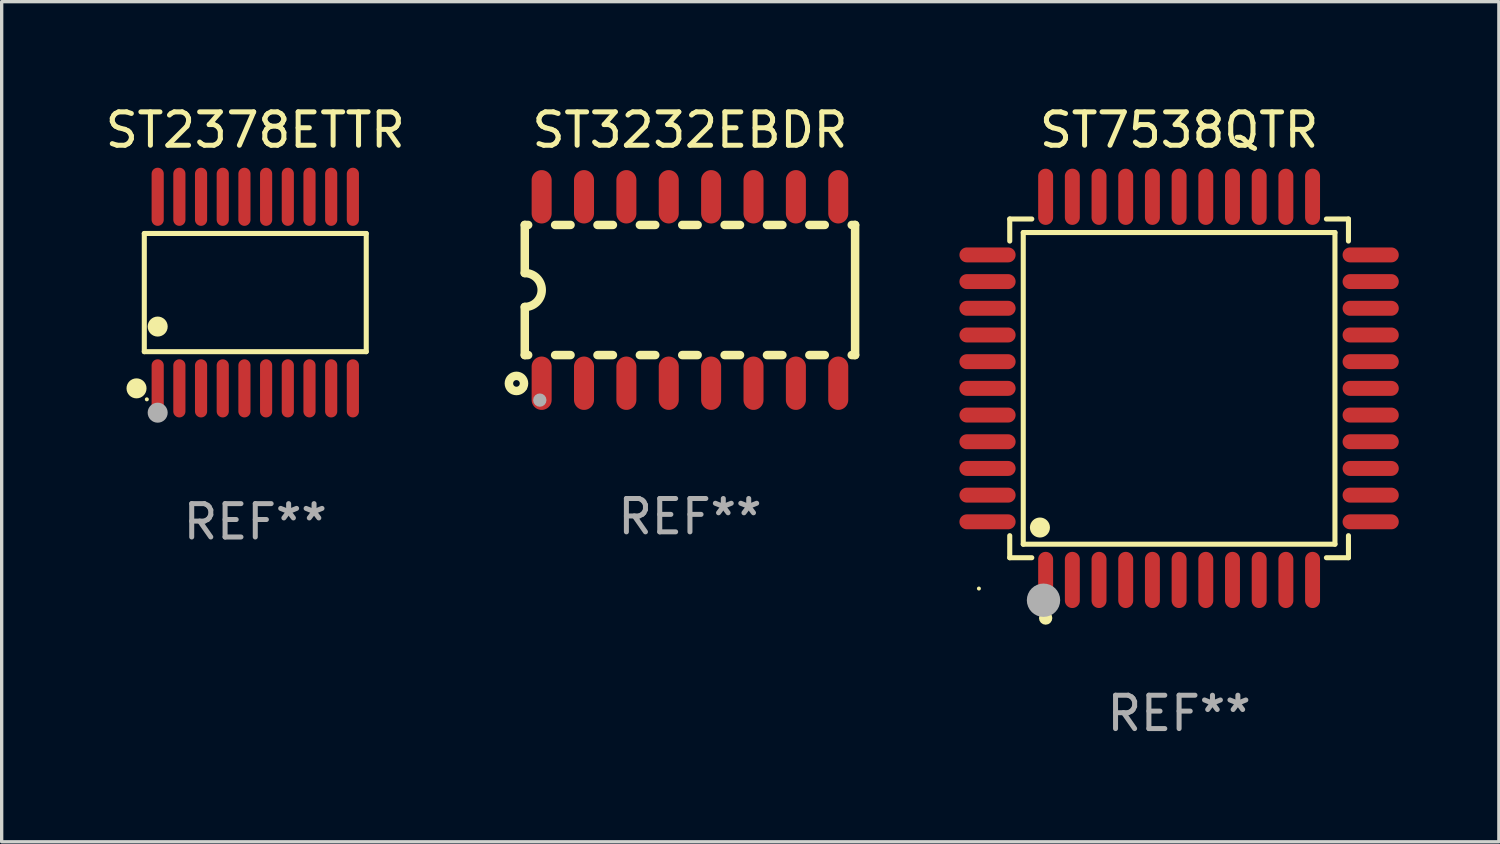
<source format=kicad_pcb>
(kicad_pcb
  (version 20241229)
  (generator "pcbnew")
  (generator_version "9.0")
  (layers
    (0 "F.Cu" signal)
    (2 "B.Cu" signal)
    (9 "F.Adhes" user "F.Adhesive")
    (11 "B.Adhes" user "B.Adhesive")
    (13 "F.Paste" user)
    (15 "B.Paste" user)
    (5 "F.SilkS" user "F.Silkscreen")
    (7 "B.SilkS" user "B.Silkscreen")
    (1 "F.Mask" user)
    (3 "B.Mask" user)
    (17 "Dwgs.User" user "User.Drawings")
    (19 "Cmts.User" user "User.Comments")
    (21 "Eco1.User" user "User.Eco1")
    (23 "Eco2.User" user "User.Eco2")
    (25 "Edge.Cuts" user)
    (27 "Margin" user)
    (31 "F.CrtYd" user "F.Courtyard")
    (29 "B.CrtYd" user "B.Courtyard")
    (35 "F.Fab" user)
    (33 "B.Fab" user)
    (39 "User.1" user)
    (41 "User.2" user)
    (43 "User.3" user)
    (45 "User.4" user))
  (footprint "ST2378ETTR"
    (layer "F.Cu")
    (at 4.601 5.719)
    (property "Reference" "ST2378ETTR" (at 0 -4.871 0) (layer "F.SilkS") (effects (font (size 1 1) (thickness 0.15))))
    (attr through_hole)
    (fp_line (start -3.326 -1.771) (end 3.326 -1.771) (stroke (width 0.152) (type solid)) (layer "F.SilkS"))
    (fp_line (start -3.326 1.771) (end -3.326 -1.771) (stroke (width 0.152) (type solid)) (layer "F.SilkS"))
    (fp_line (start 3.326 -1.771) (end 3.326 1.771) (stroke (width 0.152) (type solid)) (layer "F.SilkS"))
    (fp_line (start 3.326 1.771) (end -3.326 1.771) (stroke (width 0.152) (type solid)) (layer "F.SilkS"))
    (fp_circle (center -3.559 2.871) (end -3.409 2.871) (stroke (width 0.3) (type solid)) (fill no) (layer "F.SilkS"))
    (fp_circle (center -3.25 3.2) (end -3.22 3.2) (stroke (width 0.06) (type solid)) (fill no) (layer "F.SilkS"))
    (fp_circle (center -2.925 1.019) (end -2.775 1.019) (stroke (width 0.3) (type solid)) (fill no) (layer "F.SilkS"))
    (fp_circle (center -2.925 3.6) (end -2.775 3.6) (stroke (width 0.3) (type solid)) (fill no) (layer "F.Fab"))
    (fp_text user "REF**" (at 0 6.871 0) (layer "F.Fab") (effects (font (size 1 1) (thickness 0.15))))
    (pad "1" smd oval (at -2.925 2.871) (size 0.364 1.742) (layers "F.Cu" "F.Mask" "F.Paste"))
    (pad "2" smd oval (at -2.275 2.871) (size 0.364 1.742) (layers "F.Cu" "F.Mask" "F.Paste"))
    (pad "3" smd oval (at -1.625 2.871) (size 0.364 1.742) (layers "F.Cu" "F.Mask" "F.Paste"))
    (pad "4" smd oval (at -0.975 2.871) (size 0.364 1.742) (layers "F.Cu" "F.Mask" "F.Paste"))
    (pad "5" smd oval (at -0.325 2.871) (size 0.364 1.742) (layers "F.Cu" "F.Mask" "F.Paste"))
    (pad "6" smd oval (at 0.325 2.871) (size 0.364 1.742) (layers "F.Cu" "F.Mask" "F.Paste"))
    (pad "7" smd oval (at 0.975 2.871) (size 0.364 1.742) (layers "F.Cu" "F.Mask" "F.Paste"))
    (pad "8" smd oval (at 1.625 2.871) (size 0.364 1.742) (layers "F.Cu" "F.Mask" "F.Paste"))
    (pad "9" smd oval (at 2.275 2.871) (size 0.364 1.742) (layers "F.Cu" "F.Mask" "F.Paste"))
    (pad "10" smd oval (at 2.925 2.871) (size 0.364 1.742) (layers "F.Cu" "F.Mask" "F.Paste"))
    (pad "11" smd oval (at 2.925 -2.871) (size 0.364 1.742) (layers "F.Cu" "F.Mask" "F.Paste"))
    (pad "12" smd oval (at 2.275 -2.871) (size 0.364 1.742) (layers "F.Cu" "F.Mask" "F.Paste"))
    (pad "13" smd oval (at 1.625 -2.871) (size 0.364 1.742) (layers "F.Cu" "F.Mask" "F.Paste"))
    (pad "14" smd oval (at 0.975 -2.871) (size 0.364 1.742) (layers "F.Cu" "F.Mask" "F.Paste"))
    (pad "15" smd oval (at 0.325 -2.871) (size 0.364 1.742) (layers "F.Cu" "F.Mask" "F.Paste"))
    (pad "16" smd oval (at -0.325 -2.871) (size 0.364 1.742) (layers "F.Cu" "F.Mask" "F.Paste"))
    (pad "17" smd oval (at -0.975 -2.871) (size 0.364 1.742) (layers "F.Cu" "F.Mask" "F.Paste"))
    (pad "18" smd oval (at -1.625 -2.871) (size 0.364 1.742) (layers "F.Cu" "F.Mask" "F.Paste"))
    (pad "19" smd oval (at -2.275 -2.871) (size 0.364 1.742) (layers "F.Cu" "F.Mask" "F.Paste"))
    (pad "20" smd oval (at -2.925 -2.871) (size 0.364 1.742) (layers "F.Cu" "F.Mask" "F.Paste")))
  (footprint "ST3232EBDR"
    (layer "F.Cu")
    (at 17.629 5.642)
    (property "Reference" "ST3232EBDR" (at 0 -4.794 0) (layer "F.SilkS") (effects (font (size 1 1) (thickness 0.15))))
    (attr through_hole)
    (fp_line (start -4.95 -1.95) (end -4.95 -0.508) (stroke (width 0.254) (type solid)) (layer "F.SilkS"))
    (fp_line (start -4.95 -1.95) (end -4.849 -1.95) (stroke (width 0.254) (type solid)) (layer "F.SilkS"))
    (fp_line (start -4.95 1.95) (end -4.95 0.508) (stroke (width 0.254) (type solid)) (layer "F.SilkS"))
    (fp_line (start -4.95 1.95) (end -4.849 1.95) (stroke (width 0.254) (type solid)) (layer "F.SilkS"))
    (fp_line (start -4.041 -1.95) (end -3.579 -1.95) (stroke (width 0.254) (type solid)) (layer "F.SilkS"))
    (fp_line (start -4.041 1.95) (end -3.579 1.95) (stroke (width 0.254) (type solid)) (layer "F.SilkS"))
    (fp_line (start -2.771 -1.95) (end -2.309 -1.95) (stroke (width 0.254) (type solid)) (layer "F.SilkS"))
    (fp_line (start -2.771 1.95) (end -2.309 1.95) (stroke (width 0.254) (type solid)) (layer "F.SilkS"))
    (fp_line (start -1.501 -1.95) (end -1.039 -1.95) (stroke (width 0.254) (type solid)) (layer "F.SilkS"))
    (fp_line (start -1.501 1.95) (end -1.039 1.95) (stroke (width 0.254) (type solid)) (layer "F.SilkS"))
    (fp_line (start -0.231 -1.95) (end 0.231 -1.95) (stroke (width 0.254) (type solid)) (layer "F.SilkS"))
    (fp_line (start -0.231 1.95) (end 0.231 1.95) (stroke (width 0.254) (type solid)) (layer "F.SilkS"))
    (fp_line (start 1.039 -1.95) (end 1.501 -1.95) (stroke (width 0.254) (type solid)) (layer "F.SilkS"))
    (fp_line (start 1.039 1.95) (end 1.501 1.95) (stroke (width 0.254) (type solid)) (layer "F.SilkS"))
    (fp_line (start 2.309 -1.95) (end 2.771 -1.95) (stroke (width 0.254) (type solid)) (layer "F.SilkS"))
    (fp_line (start 2.309 1.95) (end 2.771 1.95) (stroke (width 0.254) (type solid)) (layer "F.SilkS"))
    (fp_line (start 3.579 -1.95) (end 4.041 -1.95) (stroke (width 0.254) (type solid)) (layer "F.SilkS"))
    (fp_line (start 3.579 1.95) (end 4.041 1.95) (stroke (width 0.254) (type solid)) (layer "F.SilkS"))
    (fp_line (start 4.849 -1.95) (end 4.95 -1.95) (stroke (width 0.254) (type solid)) (layer "F.SilkS"))
    (fp_line (start 4.849 1.95) (end 4.95 1.95) (stroke (width 0.254) (type solid)) (layer "F.SilkS"))
    (fp_line (start 4.95 -1.95) (end 4.95 1.95) (stroke (width 0.254) (type solid)) (layer "F.SilkS"))
    (fp_arc (start -4.95047 -0.508001) (mid -4.442469 -0.000228) (end -4.950013 0.508001) (stroke (width 0.254001) (type solid)) (layer "F.SilkS"))
    (fp_circle (center -5.2 2.8) (end -5.1 2.8) (stroke (width 0.254) (type solid)) (fill no) (layer "F.SilkS"))
    (fp_circle (center -4.95 2.947) (end -4.92 2.947) (stroke (width 0.06) (type solid)) (fill no) (layer "F.SilkS"))
    (fp_circle (center -4.5 3.3) (end -4.4 3.3) (stroke (width 0.2) (type solid)) (fill no) (layer "F.Fab"))
    (fp_text user "REF**" (at 0 6.794 0) (layer "F.Fab") (effects (font (size 1 1) (thickness 0.15))))
    (pad "1" smd oval (at -4.445 2.794) (size 0.6 1.6) (layers "F.Cu" "F.Mask" "F.Paste"))
    (pad "2" smd oval (at -3.175 2.794) (size 0.6 1.6) (layers "F.Cu" "F.Mask" "F.Paste"))
    (pad "3" smd oval (at -1.905 2.794) (size 0.6 1.6) (layers "F.Cu" "F.Mask" "F.Paste"))
    (pad "4" smd oval (at -0.635 2.794) (size 0.6 1.6) (layers "F.Cu" "F.Mask" "F.Paste"))
    (pad "5" smd oval (at 0.635 2.794) (size 0.6 1.6) (layers "F.Cu" "F.Mask" "F.Paste"))
    (pad "6" smd oval (at 1.905 2.794) (size 0.6 1.6) (layers "F.Cu" "F.Mask" "F.Paste"))
    (pad "7" smd oval (at 3.175 2.794) (size 0.6 1.6) (layers "F.Cu" "F.Mask" "F.Paste"))
    (pad "8" smd oval (at 4.445 2.794) (size 0.6 1.6) (layers "F.Cu" "F.Mask" "F.Paste"))
    (pad "9" smd oval (at 4.445 -2.794) (size 0.6 1.6) (layers "F.Cu" "F.Mask" "F.Paste"))
    (pad "10" smd oval (at 3.175 -2.794) (size 0.6 1.6) (layers "F.Cu" "F.Mask" "F.Paste"))
    (pad "11" smd oval (at 1.905 -2.794) (size 0.6 1.6) (layers "F.Cu" "F.Mask" "F.Paste"))
    (pad "12" smd oval (at 0.635 -2.794) (size 0.6 1.6) (layers "F.Cu" "F.Mask" "F.Paste"))
    (pad "13" smd oval (at -0.635 -2.794) (size 0.6 1.6) (layers "F.Cu" "F.Mask" "F.Paste"))
    (pad "14" smd oval (at -1.905 -2.794) (size 0.6 1.6) (layers "F.Cu" "F.Mask" "F.Paste"))
    (pad "15" smd oval (at -3.175 -2.794) (size 0.6 1.6) (layers "F.Cu" "F.Mask" "F.Paste"))
    (pad "16" smd oval (at -4.445 -2.794) (size 0.6 1.6) (layers "F.Cu" "F.Mask" "F.Paste")))
  (footprint "ST7538QTR"
    (layer "F.Cu")
    (at 32.29 8.59)
    (property "Reference" "ST7538QTR" (at 0 -7.742 0) (layer "F.SilkS") (effects (font (size 1 1) (thickness 0.15))))
    (attr through_hole)
    (fp_line (start -5.076 -5.076) (end -4.415 -5.076) (stroke (width 0.152) (type solid)) (layer "F.SilkS"))
    (fp_line (start -5.076 -4.415) (end -5.076 -5.076) (stroke (width 0.152) (type solid)) (layer "F.SilkS"))
    (fp_line (start -5.076 4.415) (end -5.076 5.076) (stroke (width 0.152) (type solid)) (layer "F.SilkS"))
    (fp_line (start -5.076 5.076) (end -4.415 5.076) (stroke (width 0.152) (type solid)) (layer "F.SilkS"))
    (fp_line (start -4.671 -4.671) (end 4.671 -4.671) (stroke (width 0.152) (type solid)) (layer "F.SilkS"))
    (fp_line (start -4.671 4.671) (end -4.671 -4.671) (stroke (width 0.152) (type solid)) (layer "F.SilkS"))
    (fp_line (start 4.671 -4.671) (end 4.671 4.671) (stroke (width 0.152) (type solid)) (layer "F.SilkS"))
    (fp_line (start 4.671 4.671) (end -4.671 4.671) (stroke (width 0.152) (type solid)) (layer "F.SilkS"))
    (fp_line (start 5.076 -5.076) (end 4.415 -5.076) (stroke (width 0.152) (type solid)) (layer "F.SilkS"))
    (fp_line (start 5.076 -4.415) (end 5.076 -5.076) (stroke (width 0.152) (type solid)) (layer "F.SilkS"))
    (fp_line (start 5.076 4.415) (end 5.076 5.076) (stroke (width 0.152) (type solid)) (layer "F.SilkS"))
    (fp_line (start 5.076 5.076) (end 4.415 5.076) (stroke (width 0.152) (type solid)) (layer "F.SilkS"))
    (fp_circle (center -6 6) (end -5.97 6) (stroke (width 0.06) (type solid)) (fill no) (layer "F.SilkS"))
    (fp_circle (center -4.171 4.171) (end -4.021 4.171) (stroke (width 0.3) (type solid)) (fill no) (layer "F.SilkS"))
    (fp_circle (center -4 6.884) (end -3.9 6.884) (stroke (width 0.2) (type solid)) (fill no) (layer "F.SilkS"))
    (fp_circle (center -4.064 6.35) (end -3.814 6.35) (stroke (width 0.5) (type solid)) (fill no) (layer "F.Fab"))
    (fp_text user "REF**" (at 0 9.742 0) (layer "F.Fab") (effects (font (size 1 1) (thickness 0.15))))
    (pad "1" smd oval (at -4 5.742) (size 0.448 1.684) (layers "F.Cu" "F.Mask" "F.Paste"))
    (pad "2" smd oval (at -3.2 5.742) (size 0.448 1.684) (layers "F.Cu" "F.Mask" "F.Paste"))
    (pad "3" smd oval (at -2.4 5.742) (size 0.448 1.684) (layers "F.Cu" "F.Mask" "F.Paste"))
    (pad "4" smd oval (at -1.6 5.742) (size 0.448 1.684) (layers "F.Cu" "F.Mask" "F.Paste"))
    (pad "5" smd oval (at -0.8 5.742) (size 0.448 1.684) (layers "F.Cu" "F.Mask" "F.Paste"))
    (pad "6" smd oval (at 0 5.742) (size 0.448 1.684) (layers "F.Cu" "F.Mask" "F.Paste"))
    (pad "7" smd oval (at 0.8 5.742) (size 0.448 1.684) (layers "F.Cu" "F.Mask" "F.Paste"))
    (pad "8" smd oval (at 1.6 5.742) (size 0.448 1.684) (layers "F.Cu" "F.Mask" "F.Paste"))
    (pad "9" smd oval (at 2.4 5.742) (size 0.448 1.684) (layers "F.Cu" "F.Mask" "F.Paste"))
    (pad "10" smd oval (at 3.2 5.742) (size 0.448 1.684) (layers "F.Cu" "F.Mask" "F.Paste"))
    (pad "11" smd oval (at 4 5.742) (size 0.448 1.684) (layers "F.Cu" "F.Mask" "F.Paste"))
    (pad "12" smd oval (at 5.742 4) (size 1.684 0.448) (layers "F.Cu" "F.Mask" "F.Paste"))
    (pad "13" smd oval (at 5.742 3.2) (size 1.684 0.448) (layers "F.Cu" "F.Mask" "F.Paste"))
    (pad "14" smd oval (at 5.742 2.4) (size 1.684 0.448) (layers "F.Cu" "F.Mask" "F.Paste"))
    (pad "15" smd oval (at 5.742 1.6) (size 1.684 0.448) (layers "F.Cu" "F.Mask" "F.Paste"))
    (pad "16" smd oval (at 5.742 0.8) (size 1.684 0.448) (layers "F.Cu" "F.Mask" "F.Paste"))
    (pad "17" smd oval (at 5.742 0) (size 1.684 0.448) (layers "F.Cu" "F.Mask" "F.Paste"))
    (pad "18" smd oval (at 5.742 -0.8) (size 1.684 0.448) (layers "F.Cu" "F.Mask" "F.Paste"))
    (pad "19" smd oval (at 5.742 -1.6) (size 1.684 0.448) (layers "F.Cu" "F.Mask" "F.Paste"))
    (pad "20" smd oval (at 5.742 -2.4) (size 1.684 0.448) (layers "F.Cu" "F.Mask" "F.Paste"))
    (pad "21" smd oval (at 5.742 -3.2) (size 1.684 0.448) (layers "F.Cu" "F.Mask" "F.Paste"))
    (pad "22" smd oval (at 5.742 -4) (size 1.684 0.448) (layers "F.Cu" "F.Mask" "F.Paste"))
    (pad "23" smd oval (at 4 -5.742) (size 0.448 1.684) (layers "F.Cu" "F.Mask" "F.Paste"))
    (pad "24" smd oval (at 3.2 -5.742) (size 0.448 1.684) (layers "F.Cu" "F.Mask" "F.Paste"))
    (pad "25" smd oval (at 2.4 -5.742) (size 0.448 1.684) (layers "F.Cu" "F.Mask" "F.Paste"))
    (pad "26" smd oval (at 1.6 -5.742) (size 0.448 1.684) (layers "F.Cu" "F.Mask" "F.Paste"))
    (pad "27" smd oval (at 0.8 -5.742) (size 0.448 1.684) (layers "F.Cu" "F.Mask" "F.Paste"))
    (pad "28" smd oval (at 0 -5.742) (size 0.448 1.684) (layers "F.Cu" "F.Mask" "F.Paste"))
    (pad "29" smd oval (at -0.8 -5.742) (size 0.448 1.684) (layers "F.Cu" "F.Mask" "F.Paste"))
    (pad "30" smd oval (at -1.6 -5.742) (size 0.448 1.684) (layers "F.Cu" "F.Mask" "F.Paste"))
    (pad "31" smd oval (at -2.4 -5.742) (size 0.448 1.684) (layers "F.Cu" "F.Mask" "F.Paste"))
    (pad "32" smd oval (at -3.2 -5.742) (size 0.448 1.684) (layers "F.Cu" "F.Mask" "F.Paste"))
    (pad "33" smd oval (at -4 -5.742) (size 0.448 1.684) (layers "F.Cu" "F.Mask" "F.Paste"))
    (pad "34" smd oval (at -5.742 -4) (size 1.684 0.448) (layers "F.Cu" "F.Mask" "F.Paste"))
    (pad "35" smd oval (at -5.742 -3.2) (size 1.684 0.448) (layers "F.Cu" "F.Mask" "F.Paste"))
    (pad "36" smd oval (at -5.742 -2.4) (size 1.684 0.448) (layers "F.Cu" "F.Mask" "F.Paste"))
    (pad "37" smd oval (at -5.742 -1.6) (size 1.684 0.448) (layers "F.Cu" "F.Mask" "F.Paste"))
    (pad "38" smd oval (at -5.742 -0.8) (size 1.684 0.448) (layers "F.Cu" "F.Mask" "F.Paste"))
    (pad "39" smd oval (at -5.742 0) (size 1.684 0.448) (layers "F.Cu" "F.Mask" "F.Paste"))
    (pad "40" smd oval (at -5.742 0.8) (size 1.684 0.448) (layers "F.Cu" "F.Mask" "F.Paste"))
    (pad "41" smd oval (at -5.742 1.6) (size 1.684 0.448) (layers "F.Cu" "F.Mask" "F.Paste"))
    (pad "42" smd oval (at -5.742 2.4) (size 1.684 0.448) (layers "F.Cu" "F.Mask" "F.Paste"))
    (pad "43" smd oval (at -5.742 3.2) (size 1.684 0.448) (layers "F.Cu" "F.Mask" "F.Paste"))
    (pad "44" smd oval (at -5.742 4) (size 1.684 0.448) (layers "F.Cu" "F.Mask" "F.Paste")))
  (gr_rect
    (start -3 -3)
    (end 41.874 22.18)
    (stroke (width 0.1) (type default))
    (fill no)
    (layer "Edge.Cuts")))
</source>
